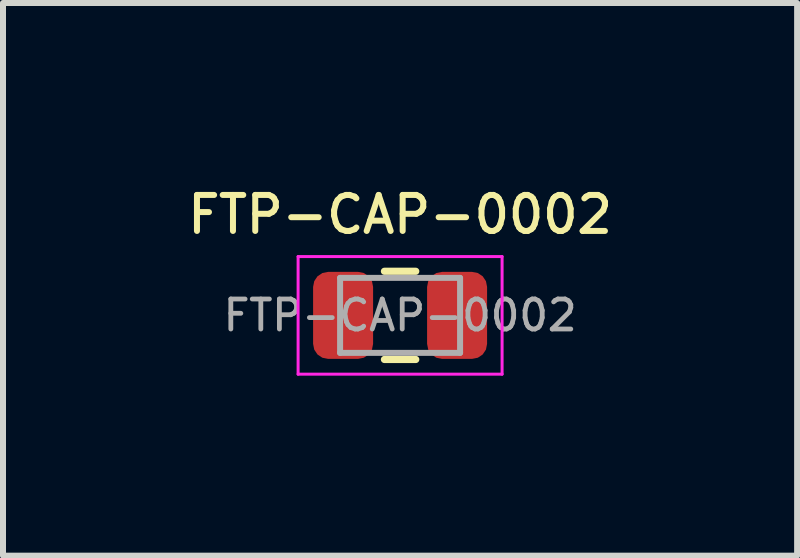
<source format=kicad_pcb>
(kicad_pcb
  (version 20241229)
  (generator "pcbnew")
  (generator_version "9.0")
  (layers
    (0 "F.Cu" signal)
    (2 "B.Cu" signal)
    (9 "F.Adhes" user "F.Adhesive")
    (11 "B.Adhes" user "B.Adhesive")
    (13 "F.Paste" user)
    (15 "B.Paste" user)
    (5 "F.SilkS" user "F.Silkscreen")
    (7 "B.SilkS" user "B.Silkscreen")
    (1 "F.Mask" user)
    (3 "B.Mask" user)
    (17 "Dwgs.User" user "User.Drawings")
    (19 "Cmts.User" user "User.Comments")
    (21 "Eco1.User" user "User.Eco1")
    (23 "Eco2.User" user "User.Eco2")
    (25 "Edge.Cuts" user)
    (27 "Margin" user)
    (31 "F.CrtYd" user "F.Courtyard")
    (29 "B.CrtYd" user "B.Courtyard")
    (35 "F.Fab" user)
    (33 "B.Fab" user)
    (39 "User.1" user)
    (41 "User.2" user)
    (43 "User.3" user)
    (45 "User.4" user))
  (footprint "FTP-CAP-0002"
    (layer "F.Cu")
    (at 3.619 2.207)
    (property "Reference" "FTP-CAP-0002" (at 0 -1.68 0) (layer "F.SilkS") (effects (font (size 0.6 0.6) (thickness 0.1) (bold yes))))
    (attr smd)
    (fp_line (start -0.261 -0.735) (end 0.261 -0.735) (stroke (width 0.12) (type solid)) (layer "F.SilkS"))
    (fp_line (start -0.261 0.735) (end 0.261 0.735) (stroke (width 0.12) (type solid)) (layer "F.SilkS"))
    (fp_line (start -1.7 -0.98) (end 1.7 -0.98) (stroke (width 0.05) (type solid)) (layer "F.CrtYd"))
    (fp_line (start -1.7 0.98) (end -1.7 -0.98) (stroke (width 0.05) (type solid)) (layer "F.CrtYd"))
    (fp_line (start 1.7 -0.98) (end 1.7 0.98) (stroke (width 0.05) (type solid)) (layer "F.CrtYd"))
    (fp_line (start 1.7 0.98) (end -1.7 0.98) (stroke (width 0.05) (type solid)) (layer "F.CrtYd"))
    (fp_line (start -1 -0.625) (end 1 -0.625) (stroke (width 0.1) (type solid)) (layer "F.Fab"))
    (fp_line (start -1 0.625) (end -1 -0.625) (stroke (width 0.1) (type solid)) (layer "F.Fab"))
    (fp_line (start 1 -0.625) (end 1 0.625) (stroke (width 0.1) (type solid)) (layer "F.Fab"))
    (fp_line (start 1 0.625) (end -1 0.625) (stroke (width 0.1) (type solid)) (layer "F.Fab"))
    (fp_text user "${REFERENCE}" (at 0 0 0) (layer "F.Fab") (effects (font (size 0.5 0.5) (thickness 0.08))))
    (pad "1" smd roundrect (at -0.95 0) (size 1 1.45) (layers "F.Cu" "F.Mask" "F.Paste") (roundrect_rratio 0.25))
    (pad "2" smd roundrect (at 0.95 0) (size 1 1.45) (layers "F.Cu" "F.Mask" "F.Paste") (roundrect_rratio 0.25)))
  (gr_rect
    (start -3 -3)
    (end 10.237 6.212)
    (stroke (width 0.1) (type default))
    (fill no)
    (layer "Edge.Cuts")))
</source>
